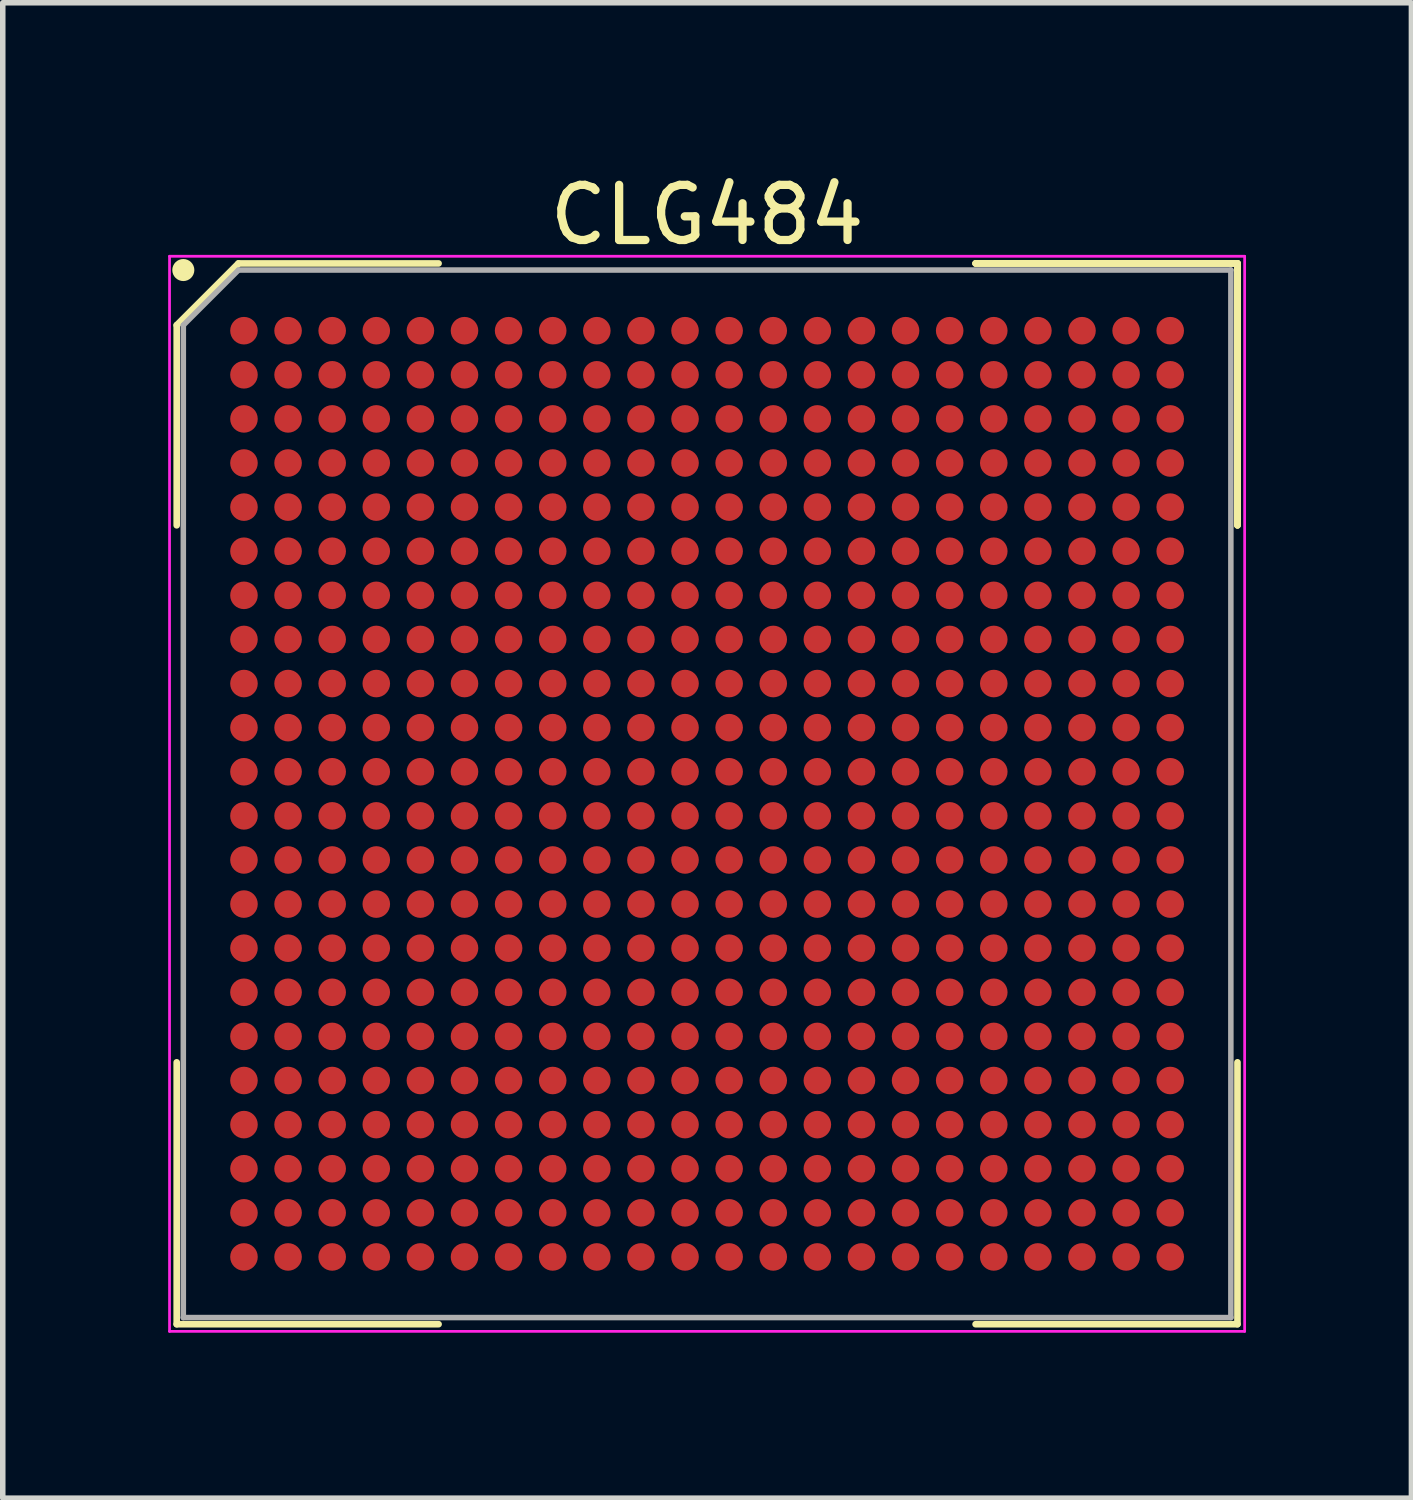
<source format=kicad_pcb>
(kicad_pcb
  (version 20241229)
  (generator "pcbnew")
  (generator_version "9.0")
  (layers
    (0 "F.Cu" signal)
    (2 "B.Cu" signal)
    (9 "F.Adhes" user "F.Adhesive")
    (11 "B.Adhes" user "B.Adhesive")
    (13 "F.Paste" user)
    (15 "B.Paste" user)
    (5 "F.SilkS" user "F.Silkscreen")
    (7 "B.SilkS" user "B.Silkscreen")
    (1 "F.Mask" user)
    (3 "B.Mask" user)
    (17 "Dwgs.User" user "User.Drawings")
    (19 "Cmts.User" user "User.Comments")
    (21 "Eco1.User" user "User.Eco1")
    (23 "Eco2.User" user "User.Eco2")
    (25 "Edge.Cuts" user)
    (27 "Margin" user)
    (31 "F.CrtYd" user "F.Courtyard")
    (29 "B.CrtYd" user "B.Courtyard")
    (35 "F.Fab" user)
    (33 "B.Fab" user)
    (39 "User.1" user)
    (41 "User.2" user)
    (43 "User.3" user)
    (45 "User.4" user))
  (footprint "CLG484"
    (layer "F.Cu")
    (at 9.775 11.348)
    (property "Reference" "CLG484" (at 0 -10.5 0) (layer "F.SilkS") (effects (font (size 1 1) (thickness 0.15))))
    (attr smd)
    (fp_line (start -9.62 -8.5) (end -9.62 -4.87) (stroke (width 0.12) (type solid)) (layer "F.SilkS"))
    (fp_line (start -9.62 9.62) (end -9.62 4.87) (stroke (width 0.12) (type solid)) (layer "F.SilkS"))
    (fp_line (start -8.5 -9.62) (end -9.62 -8.5) (stroke (width 0.12) (type solid)) (layer "F.SilkS"))
    (fp_line (start -4.87 -9.62) (end -8.5 -9.62) (stroke (width 0.12) (type solid)) (layer "F.SilkS"))
    (fp_line (start -4.87 9.62) (end -9.62 9.62) (stroke (width 0.12) (type solid)) (layer "F.SilkS"))
    (fp_line (start 4.87 -9.62) (end 9.62 -9.62) (stroke (width 0.12) (type solid)) (layer "F.SilkS"))
    (fp_line (start 4.87 -9.62) (end 9.62 -9.62) (stroke (width 0.12) (type solid)) (layer "F.SilkS"))
    (fp_line (start 4.87 -9.62) (end 9.62 -9.62) (stroke (width 0.12) (type solid)) (layer "F.SilkS"))
    (fp_line (start 4.87 9.62) (end 9.62 9.62) (stroke (width 0.12) (type solid)) (layer "F.SilkS"))
    (fp_line (start 9.62 -9.62) (end 9.62 -4.87) (stroke (width 0.12) (type solid)) (layer "F.SilkS"))
    (fp_line (start 9.62 -9.62) (end 9.62 -4.87) (stroke (width 0.12) (type solid)) (layer "F.SilkS"))
    (fp_line (start 9.62 -9.62) (end 9.62 -4.87) (stroke (width 0.12) (type solid)) (layer "F.SilkS"))
    (fp_line (start 9.62 9.62) (end 9.62 4.87) (stroke (width 0.12) (type solid)) (layer "F.SilkS"))
    (fp_circle (center -9.5 -9.5) (end -9.5 -9.4) (stroke (width 0.2) (type solid)) (fill no) (layer "F.SilkS"))
    (fp_line (start -9.75 -9.75) (end 9.75 -9.75) (stroke (width 0.05) (type solid)) (layer "F.CrtYd"))
    (fp_line (start -9.75 9.75) (end -9.75 -9.75) (stroke (width 0.05) (type solid)) (layer "F.CrtYd"))
    (fp_line (start 9.75 -9.75) (end 9.75 9.75) (stroke (width 0.05) (type solid)) (layer "F.CrtYd"))
    (fp_line (start 9.75 9.75) (end -9.75 9.75) (stroke (width 0.05) (type solid)) (layer "F.CrtYd"))
    (fp_line (start -9.5 -8.5) (end -9.5 9.5) (stroke (width 0.1) (type solid)) (layer "F.Fab"))
    (fp_line (start -9.5 9.5) (end 9.5 9.5) (stroke (width 0.1) (type solid)) (layer "F.Fab"))
    (fp_line (start -8.5 -9.5) (end -9.5 -8.5) (stroke (width 0.1) (type solid)) (layer "F.Fab"))
    (fp_line (start 9.5 -9.5) (end -8.5 -9.5) (stroke (width 0.1) (type solid)) (layer "F.Fab"))
    (fp_line (start 9.5 9.5) (end 9.5 -9.5) (stroke (width 0.1) (type solid)) (layer "F.Fab"))
    (pad "A1" smd circle (at -8.4 -8.4) (size 0.5 0.5) (layers "F.Cu" "F.Mask" "F.Paste"))
    (pad "A2" smd circle (at -7.6 -8.4) (size 0.5 0.5) (layers "F.Cu" "F.Mask" "F.Paste"))
    (pad "A3" smd circle (at -6.8 -8.4) (size 0.5 0.5) (layers "F.Cu" "F.Mask" "F.Paste"))
    (pad "A4" smd circle (at -6 -8.4) (size 0.5 0.5) (layers "F.Cu" "F.Mask" "F.Paste"))
    (pad "A5" smd circle (at -5.2 -8.4) (size 0.5 0.5) (layers "F.Cu" "F.Mask" "F.Paste"))
    (pad "A6" smd circle (at -4.4 -8.4) (size 0.5 0.5) (layers "F.Cu" "F.Mask" "F.Paste"))
    (pad "A7" smd circle (at -3.6 -8.4) (size 0.5 0.5) (layers "F.Cu" "F.Mask" "F.Paste"))
    (pad "A8" smd circle (at -2.8 -8.4) (size 0.5 0.5) (layers "F.Cu" "F.Mask" "F.Paste"))
    (pad "A9" smd circle (at -2 -8.4) (size 0.5 0.5) (layers "F.Cu" "F.Mask" "F.Paste"))
    (pad "A10" smd circle (at -1.2 -8.4) (size 0.5 0.5) (layers "F.Cu" "F.Mask" "F.Paste"))
    (pad "A11" smd circle (at -0.4 -8.4) (size 0.5 0.5) (layers "F.Cu" "F.Mask" "F.Paste"))
    (pad "A12" smd circle (at 0.4 -8.4) (size 0.5 0.5) (layers "F.Cu" "F.Mask" "F.Paste"))
    (pad "A13" smd circle (at 1.2 -8.4) (size 0.5 0.5) (layers "F.Cu" "F.Mask" "F.Paste"))
    (pad "A14" smd circle (at 2 -8.4) (size 0.5 0.5) (layers "F.Cu" "F.Mask" "F.Paste"))
    (pad "A15" smd circle (at 2.8 -8.4) (size 0.5 0.5) (layers "F.Cu" "F.Mask" "F.Paste"))
    (pad "A16" smd circle (at 3.6 -8.4) (size 0.5 0.5) (layers "F.Cu" "F.Mask" "F.Paste"))
    (pad "A17" smd circle (at 4.4 -8.4) (size 0.5 0.5) (layers "F.Cu" "F.Mask" "F.Paste"))
    (pad "A18" smd circle (at 5.2 -8.4) (size 0.5 0.5) (layers "F.Cu" "F.Mask" "F.Paste"))
    (pad "A19" smd circle (at 6 -8.4) (size 0.5 0.5) (layers "F.Cu" "F.Mask" "F.Paste"))
    (pad "A20" smd circle (at 6.8 -8.4) (size 0.5 0.5) (layers "F.Cu" "F.Mask" "F.Paste"))
    (pad "A21" smd circle (at 7.6 -8.4) (size 0.5 0.5) (layers "F.Cu" "F.Mask" "F.Paste"))
    (pad "A22" smd circle (at 8.4 -8.4) (size 0.5 0.5) (layers "F.Cu" "F.Mask" "F.Paste"))
    (pad "AA1" smd circle (at -8.4 7.6) (size 0.5 0.5) (layers "F.Cu" "F.Mask" "F.Paste"))
    (pad "AA2" smd circle (at -7.6 7.6) (size 0.5 0.5) (layers "F.Cu" "F.Mask" "F.Paste"))
    (pad "AA3" smd circle (at -6.8 7.6) (size 0.5 0.5) (layers "F.Cu" "F.Mask" "F.Paste"))
    (pad "AA4" smd circle (at -6 7.6) (size 0.5 0.5) (layers "F.Cu" "F.Mask" "F.Paste"))
    (pad "AA5" smd circle (at -5.2 7.6) (size 0.5 0.5) (layers "F.Cu" "F.Mask" "F.Paste"))
    (pad "AA6" smd circle (at -4.4 7.6) (size 0.5 0.5) (layers "F.Cu" "F.Mask" "F.Paste"))
    (pad "AA7" smd circle (at -3.6 7.6) (size 0.5 0.5) (layers "F.Cu" "F.Mask" "F.Paste"))
    (pad "AA8" smd circle (at -2.8 7.6) (size 0.5 0.5) (layers "F.Cu" "F.Mask" "F.Paste"))
    (pad "AA9" smd circle (at -2 7.6) (size 0.5 0.5) (layers "F.Cu" "F.Mask" "F.Paste"))
    (pad "AA10" smd circle (at -1.2 7.6) (size 0.5 0.5) (layers "F.Cu" "F.Mask" "F.Paste"))
    (pad "AA11" smd circle (at -0.4 7.6) (size 0.5 0.5) (layers "F.Cu" "F.Mask" "F.Paste"))
    (pad "AA12" smd circle (at 0.4 7.6) (size 0.5 0.5) (layers "F.Cu" "F.Mask" "F.Paste"))
    (pad "AA13" smd circle (at 1.2 7.6) (size 0.5 0.5) (layers "F.Cu" "F.Mask" "F.Paste"))
    (pad "AA14" smd circle (at 2 7.6) (size 0.5 0.5) (layers "F.Cu" "F.Mask" "F.Paste"))
    (pad "AA15" smd circle (at 2.8 7.6) (size 0.5 0.5) (layers "F.Cu" "F.Mask" "F.Paste"))
    (pad "AA16" smd circle (at 3.6 7.6) (size 0.5 0.5) (layers "F.Cu" "F.Mask" "F.Paste"))
    (pad "AA17" smd circle (at 4.4 7.6) (size 0.5 0.5) (layers "F.Cu" "F.Mask" "F.Paste"))
    (pad "AA18" smd circle (at 5.2 7.6) (size 0.5 0.5) (layers "F.Cu" "F.Mask" "F.Paste"))
    (pad "AA19" smd circle (at 6 7.6) (size 0.5 0.5) (layers "F.Cu" "F.Mask" "F.Paste"))
    (pad "AA20" smd circle (at 6.8 7.6) (size 0.5 0.5) (layers "F.Cu" "F.Mask" "F.Paste"))
    (pad "AA21" smd circle (at 7.6 7.6) (size 0.5 0.5) (layers "F.Cu" "F.Mask" "F.Paste"))
    (pad "AA22" smd circle (at 8.4 7.6) (size 0.5 0.5) (layers "F.Cu" "F.Mask" "F.Paste"))
    (pad "AB1" smd circle (at -8.4 8.4) (size 0.5 0.5) (layers "F.Cu" "F.Mask" "F.Paste"))
    (pad "AB2" smd circle (at -7.6 8.4) (size 0.5 0.5) (layers "F.Cu" "F.Mask" "F.Paste"))
    (pad "AB3" smd circle (at -6.8 8.4) (size 0.5 0.5) (layers "F.Cu" "F.Mask" "F.Paste"))
    (pad "AB4" smd circle (at -6 8.4) (size 0.5 0.5) (layers "F.Cu" "F.Mask" "F.Paste"))
    (pad "AB5" smd circle (at -5.2 8.4) (size 0.5 0.5) (layers "F.Cu" "F.Mask" "F.Paste"))
    (pad "AB6" smd circle (at -4.4 8.4) (size 0.5 0.5) (layers "F.Cu" "F.Mask" "F.Paste"))
    (pad "AB7" smd circle (at -3.6 8.4) (size 0.5 0.5) (layers "F.Cu" "F.Mask" "F.Paste"))
    (pad "AB8" smd circle (at -2.8 8.4) (size 0.5 0.5) (layers "F.Cu" "F.Mask" "F.Paste"))
    (pad "AB9" smd circle (at -2 8.4) (size 0.5 0.5) (layers "F.Cu" "F.Mask" "F.Paste"))
    (pad "AB10" smd circle (at -1.2 8.4) (size 0.5 0.5) (layers "F.Cu" "F.Mask" "F.Paste"))
    (pad "AB11" smd circle (at -0.4 8.4) (size 0.5 0.5) (layers "F.Cu" "F.Mask" "F.Paste"))
    (pad "AB12" smd circle (at 0.4 8.4) (size 0.5 0.5) (layers "F.Cu" "F.Mask" "F.Paste"))
    (pad "AB13" smd circle (at 1.2 8.4) (size 0.5 0.5) (layers "F.Cu" "F.Mask" "F.Paste"))
    (pad "AB14" smd circle (at 2 8.4) (size 0.5 0.5) (layers "F.Cu" "F.Mask" "F.Paste"))
    (pad "AB15" smd circle (at 2.8 8.4) (size 0.5 0.5) (layers "F.Cu" "F.Mask" "F.Paste"))
    (pad "AB16" smd circle (at 3.6 8.4) (size 0.5 0.5) (layers "F.Cu" "F.Mask" "F.Paste"))
    (pad "AB17" smd circle (at 4.4 8.4) (size 0.5 0.5) (layers "F.Cu" "F.Mask" "F.Paste"))
    (pad "AB18" smd circle (at 5.2 8.4) (size 0.5 0.5) (layers "F.Cu" "F.Mask" "F.Paste"))
    (pad "AB19" smd circle (at 6 8.4) (size 0.5 0.5) (layers "F.Cu" "F.Mask" "F.Paste"))
    (pad "AB20" smd circle (at 6.8 8.4) (size 0.5 0.5) (layers "F.Cu" "F.Mask" "F.Paste"))
    (pad "AB21" smd circle (at 7.6 8.4) (size 0.5 0.5) (layers "F.Cu" "F.Mask" "F.Paste"))
    (pad "AB22" smd circle (at 8.4 8.4) (size 0.5 0.5) (layers "F.Cu" "F.Mask" "F.Paste"))
    (pad "B1" smd circle (at -8.4 -7.6) (size 0.5 0.5) (layers "F.Cu" "F.Mask" "F.Paste"))
    (pad "B2" smd circle (at -7.6 -7.6) (size 0.5 0.5) (layers "F.Cu" "F.Mask" "F.Paste"))
    (pad "B3" smd circle (at -6.8 -7.6) (size 0.5 0.5) (layers "F.Cu" "F.Mask" "F.Paste"))
    (pad "B4" smd circle (at -6 -7.6) (size 0.5 0.5) (layers "F.Cu" "F.Mask" "F.Paste"))
    (pad "B5" smd circle (at -5.2 -7.6) (size 0.5 0.5) (layers "F.Cu" "F.Mask" "F.Paste"))
    (pad "B6" smd circle (at -4.4 -7.6) (size 0.5 0.5) (layers "F.Cu" "F.Mask" "F.Paste"))
    (pad "B7" smd circle (at -3.6 -7.6) (size 0.5 0.5) (layers "F.Cu" "F.Mask" "F.Paste"))
    (pad "B8" smd circle (at -2.8 -7.6) (size 0.5 0.5) (layers "F.Cu" "F.Mask" "F.Paste"))
    (pad "B9" smd circle (at -2 -7.6) (size 0.5 0.5) (layers "F.Cu" "F.Mask" "F.Paste"))
    (pad "B10" smd circle (at -1.2 -7.6) (size 0.5 0.5) (layers "F.Cu" "F.Mask" "F.Paste"))
    (pad "B11" smd circle (at -0.4 -7.6) (size 0.5 0.5) (layers "F.Cu" "F.Mask" "F.Paste"))
    (pad "B12" smd circle (at 0.4 -7.6) (size 0.5 0.5) (layers "F.Cu" "F.Mask" "F.Paste"))
    (pad "B13" smd circle (at 1.2 -7.6) (size 0.5 0.5) (layers "F.Cu" "F.Mask" "F.Paste"))
    (pad "B14" smd circle (at 2 -7.6) (size 0.5 0.5) (layers "F.Cu" "F.Mask" "F.Paste"))
    (pad "B15" smd circle (at 2.8 -7.6) (size 0.5 0.5) (layers "F.Cu" "F.Mask" "F.Paste"))
    (pad "B16" smd circle (at 3.6 -7.6) (size 0.5 0.5) (layers "F.Cu" "F.Mask" "F.Paste"))
    (pad "B17" smd circle (at 4.4 -7.6) (size 0.5 0.5) (layers "F.Cu" "F.Mask" "F.Paste"))
    (pad "B18" smd circle (at 5.2 -7.6) (size 0.5 0.5) (layers "F.Cu" "F.Mask" "F.Paste"))
    (pad "B19" smd circle (at 6 -7.6) (size 0.5 0.5) (layers "F.Cu" "F.Mask" "F.Paste"))
    (pad "B20" smd circle (at 6.8 -7.6) (size 0.5 0.5) (layers "F.Cu" "F.Mask" "F.Paste"))
    (pad "B21" smd circle (at 7.6 -7.6) (size 0.5 0.5) (layers "F.Cu" "F.Mask" "F.Paste"))
    (pad "B22" smd circle (at 8.4 -7.6) (size 0.5 0.5) (layers "F.Cu" "F.Mask" "F.Paste"))
    (pad "C1" smd circle (at -8.4 -6.8) (size 0.5 0.5) (layers "F.Cu" "F.Mask" "F.Paste"))
    (pad "C2" smd circle (at -7.6 -6.8) (size 0.5 0.5) (layers "F.Cu" "F.Mask" "F.Paste"))
    (pad "C3" smd circle (at -6.8 -6.8) (size 0.5 0.5) (layers "F.Cu" "F.Mask" "F.Paste"))
    (pad "C4" smd circle (at -6 -6.8) (size 0.5 0.5) (layers "F.Cu" "F.Mask" "F.Paste"))
    (pad "C5" smd circle (at -5.2 -6.8) (size 0.5 0.5) (layers "F.Cu" "F.Mask" "F.Paste"))
    (pad "C6" smd circle (at -4.4 -6.8) (size 0.5 0.5) (layers "F.Cu" "F.Mask" "F.Paste"))
    (pad "C7" smd circle (at -3.6 -6.8) (size 0.5 0.5) (layers "F.Cu" "F.Mask" "F.Paste"))
    (pad "C8" smd circle (at -2.8 -6.8) (size 0.5 0.5) (layers "F.Cu" "F.Mask" "F.Paste"))
    (pad "C9" smd circle (at -2 -6.8) (size 0.5 0.5) (layers "F.Cu" "F.Mask" "F.Paste"))
    (pad "C10" smd circle (at -1.2 -6.8) (size 0.5 0.5) (layers "F.Cu" "F.Mask" "F.Paste"))
    (pad "C11" smd circle (at -0.4 -6.8) (size 0.5 0.5) (layers "F.Cu" "F.Mask" "F.Paste"))
    (pad "C12" smd circle (at 0.4 -6.8) (size 0.5 0.5) (layers "F.Cu" "F.Mask" "F.Paste"))
    (pad "C13" smd circle (at 1.2 -6.8) (size 0.5 0.5) (layers "F.Cu" "F.Mask" "F.Paste"))
    (pad "C14" smd circle (at 2 -6.8) (size 0.5 0.5) (layers "F.Cu" "F.Mask" "F.Paste"))
    (pad "C15" smd circle (at 2.8 -6.8) (size 0.5 0.5) (layers "F.Cu" "F.Mask" "F.Paste"))
    (pad "C16" smd circle (at 3.6 -6.8) (size 0.5 0.5) (layers "F.Cu" "F.Mask" "F.Paste"))
    (pad "C17" smd circle (at 4.4 -6.8) (size 0.5 0.5) (layers "F.Cu" "F.Mask" "F.Paste"))
    (pad "C18" smd circle (at 5.2 -6.8) (size 0.5 0.5) (layers "F.Cu" "F.Mask" "F.Paste"))
    (pad "C19" smd circle (at 6 -6.8) (size 0.5 0.5) (layers "F.Cu" "F.Mask" "F.Paste"))
    (pad "C20" smd circle (at 6.8 -6.8) (size 0.5 0.5) (layers "F.Cu" "F.Mask" "F.Paste"))
    (pad "C21" smd circle (at 7.6 -6.8) (size 0.5 0.5) (layers "F.Cu" "F.Mask" "F.Paste"))
    (pad "C22" smd circle (at 8.4 -6.8) (size 0.5 0.5) (layers "F.Cu" "F.Mask" "F.Paste"))
    (pad "D1" smd circle (at -8.4 -6) (size 0.5 0.5) (layers "F.Cu" "F.Mask" "F.Paste"))
    (pad "D2" smd circle (at -7.6 -6) (size 0.5 0.5) (layers "F.Cu" "F.Mask" "F.Paste"))
    (pad "D3" smd circle (at -6.8 -6) (size 0.5 0.5) (layers "F.Cu" "F.Mask" "F.Paste"))
    (pad "D4" smd circle (at -6 -6) (size 0.5 0.5) (layers "F.Cu" "F.Mask" "F.Paste"))
    (pad "D5" smd circle (at -5.2 -6) (size 0.5 0.5) (layers "F.Cu" "F.Mask" "F.Paste"))
    (pad "D6" smd circle (at -4.4 -6) (size 0.5 0.5) (layers "F.Cu" "F.Mask" "F.Paste"))
    (pad "D7" smd circle (at -3.6 -6) (size 0.5 0.5) (layers "F.Cu" "F.Mask" "F.Paste"))
    (pad "D8" smd circle (at -2.8 -6) (size 0.5 0.5) (layers "F.Cu" "F.Mask" "F.Paste"))
    (pad "D9" smd circle (at -2 -6) (size 0.5 0.5) (layers "F.Cu" "F.Mask" "F.Paste"))
    (pad "D10" smd circle (at -1.2 -6) (size 0.5 0.5) (layers "F.Cu" "F.Mask" "F.Paste"))
    (pad "D11" smd circle (at -0.4 -6) (size 0.5 0.5) (layers "F.Cu" "F.Mask" "F.Paste"))
    (pad "D12" smd circle (at 0.4 -6) (size 0.5 0.5) (layers "F.Cu" "F.Mask" "F.Paste"))
    (pad "D13" smd circle (at 1.2 -6) (size 0.5 0.5) (layers "F.Cu" "F.Mask" "F.Paste"))
    (pad "D14" smd circle (at 2 -6) (size 0.5 0.5) (layers "F.Cu" "F.Mask" "F.Paste"))
    (pad "D15" smd circle (at 2.8 -6) (size 0.5 0.5) (layers "F.Cu" "F.Mask" "F.Paste"))
    (pad "D16" smd circle (at 3.6 -6) (size 0.5 0.5) (layers "F.Cu" "F.Mask" "F.Paste"))
    (pad "D17" smd circle (at 4.4 -6) (size 0.5 0.5) (layers "F.Cu" "F.Mask" "F.Paste"))
    (pad "D18" smd circle (at 5.2 -6) (size 0.5 0.5) (layers "F.Cu" "F.Mask" "F.Paste"))
    (pad "D19" smd circle (at 6 -6) (size 0.5 0.5) (layers "F.Cu" "F.Mask" "F.Paste"))
    (pad "D20" smd circle (at 6.8 -6) (size 0.5 0.5) (layers "F.Cu" "F.Mask" "F.Paste"))
    (pad "D21" smd circle (at 7.6 -6) (size 0.5 0.5) (layers "F.Cu" "F.Mask" "F.Paste"))
    (pad "D22" smd circle (at 8.4 -6) (size 0.5 0.5) (layers "F.Cu" "F.Mask" "F.Paste"))
    (pad "E1" smd circle (at -8.4 -5.2) (size 0.5 0.5) (layers "F.Cu" "F.Mask" "F.Paste"))
    (pad "E2" smd circle (at -7.6 -5.2) (size 0.5 0.5) (layers "F.Cu" "F.Mask" "F.Paste"))
    (pad "E3" smd circle (at -6.8 -5.2) (size 0.5 0.5) (layers "F.Cu" "F.Mask" "F.Paste"))
    (pad "E4" smd circle (at -6 -5.2) (size 0.5 0.5) (layers "F.Cu" "F.Mask" "F.Paste"))
    (pad "E5" smd circle (at -5.2 -5.2) (size 0.5 0.5) (layers "F.Cu" "F.Mask" "F.Paste"))
    (pad "E6" smd circle (at -4.4 -5.2) (size 0.5 0.5) (layers "F.Cu" "F.Mask" "F.Paste"))
    (pad "E7" smd circle (at -3.6 -5.2) (size 0.5 0.5) (layers "F.Cu" "F.Mask" "F.Paste"))
    (pad "E8" smd circle (at -2.8 -5.2) (size 0.5 0.5) (layers "F.Cu" "F.Mask" "F.Paste"))
    (pad "E9" smd circle (at -2 -5.2) (size 0.5 0.5) (layers "F.Cu" "F.Mask" "F.Paste"))
    (pad "E10" smd circle (at -1.2 -5.2) (size 0.5 0.5) (layers "F.Cu" "F.Mask" "F.Paste"))
    (pad "E11" smd circle (at -0.4 -5.2) (size 0.5 0.5) (layers "F.Cu" "F.Mask" "F.Paste"))
    (pad "E12" smd circle (at 0.4 -5.2) (size 0.5 0.5) (layers "F.Cu" "F.Mask" "F.Paste"))
    (pad "E13" smd circle (at 1.2 -5.2) (size 0.5 0.5) (layers "F.Cu" "F.Mask" "F.Paste"))
    (pad "E14" smd circle (at 2 -5.2) (size 0.5 0.5) (layers "F.Cu" "F.Mask" "F.Paste"))
    (pad "E15" smd circle (at 2.8 -5.2) (size 0.5 0.5) (layers "F.Cu" "F.Mask" "F.Paste"))
    (pad "E16" smd circle (at 3.6 -5.2) (size 0.5 0.5) (layers "F.Cu" "F.Mask" "F.Paste"))
    (pad "E17" smd circle (at 4.4 -5.2) (size 0.5 0.5) (layers "F.Cu" "F.Mask" "F.Paste"))
    (pad "E18" smd circle (at 5.2 -5.2) (size 0.5 0.5) (layers "F.Cu" "F.Mask" "F.Paste"))
    (pad "E19" smd circle (at 6 -5.2) (size 0.5 0.5) (layers "F.Cu" "F.Mask" "F.Paste"))
    (pad "E20" smd circle (at 6.8 -5.2) (size 0.5 0.5) (layers "F.Cu" "F.Mask" "F.Paste"))
    (pad "E21" smd circle (at 7.6 -5.2) (size 0.5 0.5) (layers "F.Cu" "F.Mask" "F.Paste"))
    (pad "E22" smd circle (at 8.4 -5.2) (size 0.5 0.5) (layers "F.Cu" "F.Mask" "F.Paste"))
    (pad "F1" smd circle (at -8.4 -4.4) (size 0.5 0.5) (layers "F.Cu" "F.Mask" "F.Paste"))
    (pad "F2" smd circle (at -7.6 -4.4) (size 0.5 0.5) (layers "F.Cu" "F.Mask" "F.Paste"))
    (pad "F3" smd circle (at -6.8 -4.4) (size 0.5 0.5) (layers "F.Cu" "F.Mask" "F.Paste"))
    (pad "F4" smd circle (at -6 -4.4) (size 0.5 0.5) (layers "F.Cu" "F.Mask" "F.Paste"))
    (pad "F5" smd circle (at -5.2 -4.4) (size 0.5 0.5) (layers "F.Cu" "F.Mask" "F.Paste"))
    (pad "F6" smd circle (at -4.4 -4.4) (size 0.5 0.5) (layers "F.Cu" "F.Mask" "F.Paste"))
    (pad "F7" smd circle (at -3.6 -4.4) (size 0.5 0.5) (layers "F.Cu" "F.Mask" "F.Paste"))
    (pad "F8" smd circle (at -2.8 -4.4) (size 0.5 0.5) (layers "F.Cu" "F.Mask" "F.Paste"))
    (pad "F9" smd circle (at -2 -4.4) (size 0.5 0.5) (layers "F.Cu" "F.Mask" "F.Paste"))
    (pad "F10" smd circle (at -1.2 -4.4) (size 0.5 0.5) (layers "F.Cu" "F.Mask" "F.Paste"))
    (pad "F11" smd circle (at -0.4 -4.4) (size 0.5 0.5) (layers "F.Cu" "F.Mask" "F.Paste"))
    (pad "F12" smd circle (at 0.4 -4.4) (size 0.5 0.5) (layers "F.Cu" "F.Mask" "F.Paste"))
    (pad "F13" smd circle (at 1.2 -4.4) (size 0.5 0.5) (layers "F.Cu" "F.Mask" "F.Paste"))
    (pad "F14" smd circle (at 2 -4.4) (size 0.5 0.5) (layers "F.Cu" "F.Mask" "F.Paste"))
    (pad "F15" smd circle (at 2.8 -4.4) (size 0.5 0.5) (layers "F.Cu" "F.Mask" "F.Paste"))
    (pad "F16" smd circle (at 3.6 -4.4) (size 0.5 0.5) (layers "F.Cu" "F.Mask" "F.Paste"))
    (pad "F17" smd circle (at 4.4 -4.4) (size 0.5 0.5) (layers "F.Cu" "F.Mask" "F.Paste"))
    (pad "F18" smd circle (at 5.2 -4.4) (size 0.5 0.5) (layers "F.Cu" "F.Mask" "F.Paste"))
    (pad "F19" smd circle (at 6 -4.4) (size 0.5 0.5) (layers "F.Cu" "F.Mask" "F.Paste"))
    (pad "F20" smd circle (at 6.8 -4.4) (size 0.5 0.5) (layers "F.Cu" "F.Mask" "F.Paste"))
    (pad "F21" smd circle (at 7.6 -4.4) (size 0.5 0.5) (layers "F.Cu" "F.Mask" "F.Paste"))
    (pad "F22" smd circle (at 8.4 -4.4) (size 0.5 0.5) (layers "F.Cu" "F.Mask" "F.Paste"))
    (pad "G1" smd circle (at -8.4 -3.6) (size 0.5 0.5) (layers "F.Cu" "F.Mask" "F.Paste"))
    (pad "G2" smd circle (at -7.6 -3.6) (size 0.5 0.5) (layers "F.Cu" "F.Mask" "F.Paste"))
    (pad "G3" smd circle (at -6.8 -3.6) (size 0.5 0.5) (layers "F.Cu" "F.Mask" "F.Paste"))
    (pad "G4" smd circle (at -6 -3.6) (size 0.5 0.5) (layers "F.Cu" "F.Mask" "F.Paste"))
    (pad "G5" smd circle (at -5.2 -3.6) (size 0.5 0.5) (layers "F.Cu" "F.Mask" "F.Paste"))
    (pad "G6" smd circle (at -4.4 -3.6) (size 0.5 0.5) (layers "F.Cu" "F.Mask" "F.Paste"))
    (pad "G7" smd circle (at -3.6 -3.6) (size 0.5 0.5) (layers "F.Cu" "F.Mask" "F.Paste"))
    (pad "G8" smd circle (at -2.8 -3.6) (size 0.5 0.5) (layers "F.Cu" "F.Mask" "F.Paste"))
    (pad "G9" smd circle (at -2 -3.6) (size 0.5 0.5) (layers "F.Cu" "F.Mask" "F.Paste"))
    (pad "G10" smd circle (at -1.2 -3.6) (size 0.5 0.5) (layers "F.Cu" "F.Mask" "F.Paste"))
    (pad "G11" smd circle (at -0.4 -3.6) (size 0.5 0.5) (layers "F.Cu" "F.Mask" "F.Paste"))
    (pad "G12" smd circle (at 0.4 -3.6) (size 0.5 0.5) (layers "F.Cu" "F.Mask" "F.Paste"))
    (pad "G13" smd circle (at 1.2 -3.6) (size 0.5 0.5) (layers "F.Cu" "F.Mask" "F.Paste"))
    (pad "G14" smd circle (at 2 -3.6) (size 0.5 0.5) (layers "F.Cu" "F.Mask" "F.Paste"))
    (pad "G15" smd circle (at 2.8 -3.6) (size 0.5 0.5) (layers "F.Cu" "F.Mask" "F.Paste"))
    (pad "G16" smd circle (at 3.6 -3.6) (size 0.5 0.5) (layers "F.Cu" "F.Mask" "F.Paste"))
    (pad "G17" smd circle (at 4.4 -3.6) (size 0.5 0.5) (layers "F.Cu" "F.Mask" "F.Paste"))
    (pad "G18" smd circle (at 5.2 -3.6) (size 0.5 0.5) (layers "F.Cu" "F.Mask" "F.Paste"))
    (pad "G19" smd circle (at 6 -3.6) (size 0.5 0.5) (layers "F.Cu" "F.Mask" "F.Paste"))
    (pad "G20" smd circle (at 6.8 -3.6) (size 0.5 0.5) (layers "F.Cu" "F.Mask" "F.Paste"))
    (pad "G21" smd circle (at 7.6 -3.6) (size 0.5 0.5) (layers "F.Cu" "F.Mask" "F.Paste"))
    (pad "G22" smd circle (at 8.4 -3.6) (size 0.5 0.5) (layers "F.Cu" "F.Mask" "F.Paste"))
    (pad "H1" smd circle (at -8.4 -2.8) (size 0.5 0.5) (layers "F.Cu" "F.Mask" "F.Paste"))
    (pad "H2" smd circle (at -7.6 -2.8) (size 0.5 0.5) (layers "F.Cu" "F.Mask" "F.Paste"))
    (pad "H3" smd circle (at -6.8 -2.8) (size 0.5 0.5) (layers "F.Cu" "F.Mask" "F.Paste"))
    (pad "H4" smd circle (at -6 -2.8) (size 0.5 0.5) (layers "F.Cu" "F.Mask" "F.Paste"))
    (pad "H5" smd circle (at -5.2 -2.8) (size 0.5 0.5) (layers "F.Cu" "F.Mask" "F.Paste"))
    (pad "H6" smd circle (at -4.4 -2.8) (size 0.5 0.5) (layers "F.Cu" "F.Mask" "F.Paste"))
    (pad "H7" smd circle (at -3.6 -2.8) (size 0.5 0.5) (layers "F.Cu" "F.Mask" "F.Paste"))
    (pad "H8" smd circle (at -2.8 -2.8) (size 0.5 0.5) (layers "F.Cu" "F.Mask" "F.Paste"))
    (pad "H9" smd circle (at -2 -2.8) (size 0.5 0.5) (layers "F.Cu" "F.Mask" "F.Paste"))
    (pad "H10" smd circle (at -1.2 -2.8) (size 0.5 0.5) (layers "F.Cu" "F.Mask" "F.Paste"))
    (pad "H11" smd circle (at -0.4 -2.8) (size 0.5 0.5) (layers "F.Cu" "F.Mask" "F.Paste"))
    (pad "H12" smd circle (at 0.4 -2.8) (size 0.5 0.5) (layers "F.Cu" "F.Mask" "F.Paste"))
    (pad "H13" smd circle (at 1.2 -2.8) (size 0.5 0.5) (layers "F.Cu" "F.Mask" "F.Paste"))
    (pad "H14" smd circle (at 2 -2.8) (size 0.5 0.5) (layers "F.Cu" "F.Mask" "F.Paste"))
    (pad "H15" smd circle (at 2.8 -2.8) (size 0.5 0.5) (layers "F.Cu" "F.Mask" "F.Paste"))
    (pad "H16" smd circle (at 3.6 -2.8) (size 0.5 0.5) (layers "F.Cu" "F.Mask" "F.Paste"))
    (pad "H17" smd circle (at 4.4 -2.8) (size 0.5 0.5) (layers "F.Cu" "F.Mask" "F.Paste"))
    (pad "H18" smd circle (at 5.2 -2.8) (size 0.5 0.5) (layers "F.Cu" "F.Mask" "F.Paste"))
    (pad "H19" smd circle (at 6 -2.8) (size 0.5 0.5) (layers "F.Cu" "F.Mask" "F.Paste"))
    (pad "H20" smd circle (at 6.8 -2.8) (size 0.5 0.5) (layers "F.Cu" "F.Mask" "F.Paste"))
    (pad "H21" smd circle (at 7.6 -2.8) (size 0.5 0.5) (layers "F.Cu" "F.Mask" "F.Paste"))
    (pad "H22" smd circle (at 8.4 -2.8) (size 0.5 0.5) (layers "F.Cu" "F.Mask" "F.Paste"))
    (pad "J1" smd circle (at -8.4 -2) (size 0.5 0.5) (layers "F.Cu" "F.Mask" "F.Paste"))
    (pad "J2" smd circle (at -7.6 -2) (size 0.5 0.5) (layers "F.Cu" "F.Mask" "F.Paste"))
    (pad "J3" smd circle (at -6.8 -2) (size 0.5 0.5) (layers "F.Cu" "F.Mask" "F.Paste"))
    (pad "J4" smd circle (at -6 -2) (size 0.5 0.5) (layers "F.Cu" "F.Mask" "F.Paste"))
    (pad "J5" smd circle (at -5.2 -2) (size 0.5 0.5) (layers "F.Cu" "F.Mask" "F.Paste"))
    (pad "J6" smd circle (at -4.4 -2) (size 0.5 0.5) (layers "F.Cu" "F.Mask" "F.Paste"))
    (pad "J7" smd circle (at -3.6 -2) (size 0.5 0.5) (layers "F.Cu" "F.Mask" "F.Paste"))
    (pad "J8" smd circle (at -2.8 -2) (size 0.5 0.5) (layers "F.Cu" "F.Mask" "F.Paste"))
    (pad "J9" smd circle (at -2 -2) (size 0.5 0.5) (layers "F.Cu" "F.Mask" "F.Paste"))
    (pad "J10" smd circle (at -1.2 -2) (size 0.5 0.5) (layers "F.Cu" "F.Mask" "F.Paste"))
    (pad "J11" smd circle (at -0.4 -2) (size 0.5 0.5) (layers "F.Cu" "F.Mask" "F.Paste"))
    (pad "J12" smd circle (at 0.4 -2) (size 0.5 0.5) (layers "F.Cu" "F.Mask" "F.Paste"))
    (pad "J13" smd circle (at 1.2 -2) (size 0.5 0.5) (layers "F.Cu" "F.Mask" "F.Paste"))
    (pad "J14" smd circle (at 2 -2) (size 0.5 0.5) (layers "F.Cu" "F.Mask" "F.Paste"))
    (pad "J15" smd circle (at 2.8 -2) (size 0.5 0.5) (layers "F.Cu" "F.Mask" "F.Paste"))
    (pad "J16" smd circle (at 3.6 -2) (size 0.5 0.5) (layers "F.Cu" "F.Mask" "F.Paste"))
    (pad "J17" smd circle (at 4.4 -2) (size 0.5 0.5) (layers "F.Cu" "F.Mask" "F.Paste"))
    (pad "J18" smd circle (at 5.2 -2) (size 0.5 0.5) (layers "F.Cu" "F.Mask" "F.Paste"))
    (pad "J19" smd circle (at 6 -2) (size 0.5 0.5) (layers "F.Cu" "F.Mask" "F.Paste"))
    (pad "J20" smd circle (at 6.8 -2) (size 0.5 0.5) (layers "F.Cu" "F.Mask" "F.Paste"))
    (pad "J21" smd circle (at 7.6 -2) (size 0.5 0.5) (layers "F.Cu" "F.Mask" "F.Paste"))
    (pad "J22" smd circle (at 8.4 -2) (size 0.5 0.5) (layers "F.Cu" "F.Mask" "F.Paste"))
    (pad "K1" smd circle (at -8.4 -1.2) (size 0.5 0.5) (layers "F.Cu" "F.Mask" "F.Paste"))
    (pad "K2" smd circle (at -7.6 -1.2) (size 0.5 0.5) (layers "F.Cu" "F.Mask" "F.Paste"))
    (pad "K3" smd circle (at -6.8 -1.2) (size 0.5 0.5) (layers "F.Cu" "F.Mask" "F.Paste"))
    (pad "K4" smd circle (at -6 -1.2) (size 0.5 0.5) (layers "F.Cu" "F.Mask" "F.Paste"))
    (pad "K5" smd circle (at -5.2 -1.2) (size 0.5 0.5) (layers "F.Cu" "F.Mask" "F.Paste"))
    (pad "K6" smd circle (at -4.4 -1.2) (size 0.5 0.5) (layers "F.Cu" "F.Mask" "F.Paste"))
    (pad "K7" smd circle (at -3.6 -1.2) (size 0.5 0.5) (layers "F.Cu" "F.Mask" "F.Paste"))
    (pad "K8" smd circle (at -2.8 -1.2) (size 0.5 0.5) (layers "F.Cu" "F.Mask" "F.Paste"))
    (pad "K9" smd circle (at -2 -1.2) (size 0.5 0.5) (layers "F.Cu" "F.Mask" "F.Paste"))
    (pad "K10" smd circle (at -1.2 -1.2) (size 0.5 0.5) (layers "F.Cu" "F.Mask" "F.Paste"))
    (pad "K11" smd circle (at -0.4 -1.2) (size 0.5 0.5) (layers "F.Cu" "F.Mask" "F.Paste"))
    (pad "K12" smd circle (at 0.4 -1.2) (size 0.5 0.5) (layers "F.Cu" "F.Mask" "F.Paste"))
    (pad "K13" smd circle (at 1.2 -1.2) (size 0.5 0.5) (layers "F.Cu" "F.Mask" "F.Paste"))
    (pad "K14" smd circle (at 2 -1.2) (size 0.5 0.5) (layers "F.Cu" "F.Mask" "F.Paste"))
    (pad "K15" smd circle (at 2.8 -1.2) (size 0.5 0.5) (layers "F.Cu" "F.Mask" "F.Paste"))
    (pad "K16" smd circle (at 3.6 -1.2) (size 0.5 0.5) (layers "F.Cu" "F.Mask" "F.Paste"))
    (pad "K17" smd circle (at 4.4 -1.2) (size 0.5 0.5) (layers "F.Cu" "F.Mask" "F.Paste"))
    (pad "K18" smd circle (at 5.2 -1.2) (size 0.5 0.5) (layers "F.Cu" "F.Mask" "F.Paste"))
    (pad "K19" smd circle (at 6 -1.2) (size 0.5 0.5) (layers "F.Cu" "F.Mask" "F.Paste"))
    (pad "K20" smd circle (at 6.8 -1.2) (size 0.5 0.5) (layers "F.Cu" "F.Mask" "F.Paste"))
    (pad "K21" smd circle (at 7.6 -1.2) (size 0.5 0.5) (layers "F.Cu" "F.Mask" "F.Paste"))
    (pad "K22" smd circle (at 8.4 -1.2) (size 0.5 0.5) (layers "F.Cu" "F.Mask" "F.Paste"))
    (pad "L1" smd circle (at -8.4 -0.4) (size 0.5 0.5) (layers "F.Cu" "F.Mask" "F.Paste"))
    (pad "L2" smd circle (at -7.6 -0.4) (size 0.5 0.5) (layers "F.Cu" "F.Mask" "F.Paste"))
    (pad "L3" smd circle (at -6.8 -0.4) (size 0.5 0.5) (layers "F.Cu" "F.Mask" "F.Paste"))
    (pad "L4" smd circle (at -6 -0.4) (size 0.5 0.5) (layers "F.Cu" "F.Mask" "F.Paste"))
    (pad "L5" smd circle (at -5.2 -0.4) (size 0.5 0.5) (layers "F.Cu" "F.Mask" "F.Paste"))
    (pad "L6" smd circle (at -4.4 -0.4) (size 0.5 0.5) (layers "F.Cu" "F.Mask" "F.Paste"))
    (pad "L7" smd circle (at -3.6 -0.4) (size 0.5 0.5) (layers "F.Cu" "F.Mask" "F.Paste"))
    (pad "L8" smd circle (at -2.8 -0.4) (size 0.5 0.5) (layers "F.Cu" "F.Mask" "F.Paste"))
    (pad "L9" smd circle (at -2 -0.4) (size 0.5 0.5) (layers "F.Cu" "F.Mask" "F.Paste"))
    (pad "L10" smd circle (at -1.2 -0.4) (size 0.5 0.5) (layers "F.Cu" "F.Mask" "F.Paste"))
    (pad "L11" smd circle (at -0.4 -0.4) (size 0.5 0.5) (layers "F.Cu" "F.Mask" "F.Paste"))
    (pad "L12" smd circle (at 0.4 -0.4) (size 0.5 0.5) (layers "F.Cu" "F.Mask" "F.Paste"))
    (pad "L13" smd circle (at 1.2 -0.4) (size 0.5 0.5) (layers "F.Cu" "F.Mask" "F.Paste"))
    (pad "L14" smd circle (at 2 -0.4) (size 0.5 0.5) (layers "F.Cu" "F.Mask" "F.Paste"))
    (pad "L15" smd circle (at 2.8 -0.4) (size 0.5 0.5) (layers "F.Cu" "F.Mask" "F.Paste"))
    (pad "L16" smd circle (at 3.6 -0.4) (size 0.5 0.5) (layers "F.Cu" "F.Mask" "F.Paste"))
    (pad "L17" smd circle (at 4.4 -0.4) (size 0.5 0.5) (layers "F.Cu" "F.Mask" "F.Paste"))
    (pad "L18" smd circle (at 5.2 -0.4) (size 0.5 0.5) (layers "F.Cu" "F.Mask" "F.Paste"))
    (pad "L19" smd circle (at 6 -0.4) (size 0.5 0.5) (layers "F.Cu" "F.Mask" "F.Paste"))
    (pad "L20" smd circle (at 6.8 -0.4) (size 0.5 0.5) (layers "F.Cu" "F.Mask" "F.Paste"))
    (pad "L21" smd circle (at 7.6 -0.4) (size 0.5 0.5) (layers "F.Cu" "F.Mask" "F.Paste"))
    (pad "L22" smd circle (at 8.4 -0.4) (size 0.5 0.5) (layers "F.Cu" "F.Mask" "F.Paste"))
    (pad "M1" smd circle (at -8.4 0.4) (size 0.5 0.5) (layers "F.Cu" "F.Mask" "F.Paste"))
    (pad "M2" smd circle (at -7.6 0.4) (size 0.5 0.5) (layers "F.Cu" "F.Mask" "F.Paste"))
    (pad "M3" smd circle (at -6.8 0.4) (size 0.5 0.5) (layers "F.Cu" "F.Mask" "F.Paste"))
    (pad "M4" smd circle (at -6 0.4) (size 0.5 0.5) (layers "F.Cu" "F.Mask" "F.Paste"))
    (pad "M5" smd circle (at -5.2 0.4) (size 0.5 0.5) (layers "F.Cu" "F.Mask" "F.Paste"))
    (pad "M6" smd circle (at -4.4 0.4) (size 0.5 0.5) (layers "F.Cu" "F.Mask" "F.Paste"))
    (pad "M7" smd circle (at -3.6 0.4) (size 0.5 0.5) (layers "F.Cu" "F.Mask" "F.Paste"))
    (pad "M8" smd circle (at -2.8 0.4) (size 0.5 0.5) (layers "F.Cu" "F.Mask" "F.Paste"))
    (pad "M9" smd circle (at -2 0.4) (size 0.5 0.5) (layers "F.Cu" "F.Mask" "F.Paste"))
    (pad "M10" smd circle (at -1.2 0.4) (size 0.5 0.5) (layers "F.Cu" "F.Mask" "F.Paste"))
    (pad "M11" smd circle (at -0.4 0.4) (size 0.5 0.5) (layers "F.Cu" "F.Mask" "F.Paste"))
    (pad "M12" smd circle (at 0.4 0.4) (size 0.5 0.5) (layers "F.Cu" "F.Mask" "F.Paste"))
    (pad "M13" smd circle (at 1.2 0.4) (size 0.5 0.5) (layers "F.Cu" "F.Mask" "F.Paste"))
    (pad "M14" smd circle (at 2 0.4) (size 0.5 0.5) (layers "F.Cu" "F.Mask" "F.Paste"))
    (pad "M15" smd circle (at 2.8 0.4) (size 0.5 0.5) (layers "F.Cu" "F.Mask" "F.Paste"))
    (pad "M16" smd circle (at 3.6 0.4) (size 0.5 0.5) (layers "F.Cu" "F.Mask" "F.Paste"))
    (pad "M17" smd circle (at 4.4 0.4) (size 0.5 0.5) (layers "F.Cu" "F.Mask" "F.Paste"))
    (pad "M18" smd circle (at 5.2 0.4) (size 0.5 0.5) (layers "F.Cu" "F.Mask" "F.Paste"))
    (pad "M19" smd circle (at 6 0.4) (size 0.5 0.5) (layers "F.Cu" "F.Mask" "F.Paste"))
    (pad "M20" smd circle (at 6.8 0.4) (size 0.5 0.5) (layers "F.Cu" "F.Mask" "F.Paste"))
    (pad "M21" smd circle (at 7.6 0.4) (size 0.5 0.5) (layers "F.Cu" "F.Mask" "F.Paste"))
    (pad "M22" smd circle (at 8.4 0.4) (size 0.5 0.5) (layers "F.Cu" "F.Mask" "F.Paste"))
    (pad "N1" smd circle (at -8.4 1.2) (size 0.5 0.5) (layers "F.Cu" "F.Mask" "F.Paste"))
    (pad "N2" smd circle (at -7.6 1.2) (size 0.5 0.5) (layers "F.Cu" "F.Mask" "F.Paste"))
    (pad "N3" smd circle (at -6.8 1.2) (size 0.5 0.5) (layers "F.Cu" "F.Mask" "F.Paste"))
    (pad "N4" smd circle (at -6 1.2) (size 0.5 0.5) (layers "F.Cu" "F.Mask" "F.Paste"))
    (pad "N5" smd circle (at -5.2 1.2) (size 0.5 0.5) (layers "F.Cu" "F.Mask" "F.Paste"))
    (pad "N6" smd circle (at -4.4 1.2) (size 0.5 0.5) (layers "F.Cu" "F.Mask" "F.Paste"))
    (pad "N7" smd circle (at -3.6 1.2) (size 0.5 0.5) (layers "F.Cu" "F.Mask" "F.Paste"))
    (pad "N8" smd circle (at -2.8 1.2) (size 0.5 0.5) (layers "F.Cu" "F.Mask" "F.Paste"))
    (pad "N9" smd circle (at -2 1.2) (size 0.5 0.5) (layers "F.Cu" "F.Mask" "F.Paste"))
    (pad "N10" smd circle (at -1.2 1.2) (size 0.5 0.5) (layers "F.Cu" "F.Mask" "F.Paste"))
    (pad "N11" smd circle (at -0.4 1.2) (size 0.5 0.5) (layers "F.Cu" "F.Mask" "F.Paste"))
    (pad "N12" smd circle (at 0.4 1.2) (size 0.5 0.5) (layers "F.Cu" "F.Mask" "F.Paste"))
    (pad "N13" smd circle (at 1.2 1.2) (size 0.5 0.5) (layers "F.Cu" "F.Mask" "F.Paste"))
    (pad "N14" smd circle (at 2 1.2) (size 0.5 0.5) (layers "F.Cu" "F.Mask" "F.Paste"))
    (pad "N15" smd circle (at 2.8 1.2) (size 0.5 0.5) (layers "F.Cu" "F.Mask" "F.Paste"))
    (pad "N16" smd circle (at 3.6 1.2) (size 0.5 0.5) (layers "F.Cu" "F.Mask" "F.Paste"))
    (pad "N17" smd circle (at 4.4 1.2) (size 0.5 0.5) (layers "F.Cu" "F.Mask" "F.Paste"))
    (pad "N18" smd circle (at 5.2 1.2) (size 0.5 0.5) (layers "F.Cu" "F.Mask" "F.Paste"))
    (pad "N19" smd circle (at 6 1.2) (size 0.5 0.5) (layers "F.Cu" "F.Mask" "F.Paste"))
    (pad "N20" smd circle (at 6.8 1.2) (size 0.5 0.5) (layers "F.Cu" "F.Mask" "F.Paste"))
    (pad "N21" smd circle (at 7.6 1.2) (size 0.5 0.5) (layers "F.Cu" "F.Mask" "F.Paste"))
    (pad "N22" smd circle (at 8.4 1.2) (size 0.5 0.5) (layers "F.Cu" "F.Mask" "F.Paste"))
    (pad "P1" smd circle (at -8.4 2) (size 0.5 0.5) (layers "F.Cu" "F.Mask" "F.Paste"))
    (pad "P2" smd circle (at -7.6 2) (size 0.5 0.5) (layers "F.Cu" "F.Mask" "F.Paste"))
    (pad "P3" smd circle (at -6.8 2) (size 0.5 0.5) (layers "F.Cu" "F.Mask" "F.Paste"))
    (pad "P4" smd circle (at -6 2) (size 0.5 0.5) (layers "F.Cu" "F.Mask" "F.Paste"))
    (pad "P5" smd circle (at -5.2 2) (size 0.5 0.5) (layers "F.Cu" "F.Mask" "F.Paste"))
    (pad "P6" smd circle (at -4.4 2) (size 0.5 0.5) (layers "F.Cu" "F.Mask" "F.Paste"))
    (pad "P7" smd circle (at -3.6 2) (size 0.5 0.5) (layers "F.Cu" "F.Mask" "F.Paste"))
    (pad "P8" smd circle (at -2.8 2) (size 0.5 0.5) (layers "F.Cu" "F.Mask" "F.Paste"))
    (pad "P9" smd circle (at -2 2) (size 0.5 0.5) (layers "F.Cu" "F.Mask" "F.Paste"))
    (pad "P10" smd circle (at -1.2 2) (size 0.5 0.5) (layers "F.Cu" "F.Mask" "F.Paste"))
    (pad "P11" smd circle (at -0.4 2) (size 0.5 0.5) (layers "F.Cu" "F.Mask" "F.Paste"))
    (pad "P12" smd circle (at 0.4 2) (size 0.5 0.5) (layers "F.Cu" "F.Mask" "F.Paste"))
    (pad "P13" smd circle (at 1.2 2) (size 0.5 0.5) (layers "F.Cu" "F.Mask" "F.Paste"))
    (pad "P14" smd circle (at 2 2) (size 0.5 0.5) (layers "F.Cu" "F.Mask" "F.Paste"))
    (pad "P15" smd circle (at 2.8 2) (size 0.5 0.5) (layers "F.Cu" "F.Mask" "F.Paste"))
    (pad "P16" smd circle (at 3.6 2) (size 0.5 0.5) (layers "F.Cu" "F.Mask" "F.Paste"))
    (pad "P17" smd circle (at 4.4 2) (size 0.5 0.5) (layers "F.Cu" "F.Mask" "F.Paste"))
    (pad "P18" smd circle (at 5.2 2) (size 0.5 0.5) (layers "F.Cu" "F.Mask" "F.Paste"))
    (pad "P19" smd circle (at 6 2) (size 0.5 0.5) (layers "F.Cu" "F.Mask" "F.Paste"))
    (pad "P20" smd circle (at 6.8 2) (size 0.5 0.5) (layers "F.Cu" "F.Mask" "F.Paste"))
    (pad "P21" smd circle (at 7.6 2) (size 0.5 0.5) (layers "F.Cu" "F.Mask" "F.Paste"))
    (pad "P22" smd circle (at 8.4 2) (size 0.5 0.5) (layers "F.Cu" "F.Mask" "F.Paste"))
    (pad "R1" smd circle (at -8.4 2.8) (size 0.5 0.5) (layers "F.Cu" "F.Mask" "F.Paste"))
    (pad "R2" smd circle (at -7.6 2.8) (size 0.5 0.5) (layers "F.Cu" "F.Mask" "F.Paste"))
    (pad "R3" smd circle (at -6.8 2.8) (size 0.5 0.5) (layers "F.Cu" "F.Mask" "F.Paste"))
    (pad "R4" smd circle (at -6 2.8) (size 0.5 0.5) (layers "F.Cu" "F.Mask" "F.Paste"))
    (pad "R5" smd circle (at -5.2 2.8) (size 0.5 0.5) (layers "F.Cu" "F.Mask" "F.Paste"))
    (pad "R6" smd circle (at -4.4 2.8) (size 0.5 0.5) (layers "F.Cu" "F.Mask" "F.Paste"))
    (pad "R7" smd circle (at -3.6 2.8) (size 0.5 0.5) (layers "F.Cu" "F.Mask" "F.Paste"))
    (pad "R8" smd circle (at -2.8 2.8) (size 0.5 0.5) (layers "F.Cu" "F.Mask" "F.Paste"))
    (pad "R9" smd circle (at -2 2.8) (size 0.5 0.5) (layers "F.Cu" "F.Mask" "F.Paste"))
    (pad "R10" smd circle (at -1.2 2.8) (size 0.5 0.5) (layers "F.Cu" "F.Mask" "F.Paste"))
    (pad "R11" smd circle (at -0.4 2.8) (size 0.5 0.5) (layers "F.Cu" "F.Mask" "F.Paste"))
    (pad "R12" smd circle (at 0.4 2.8) (size 0.5 0.5) (layers "F.Cu" "F.Mask" "F.Paste"))
    (pad "R13" smd circle (at 1.2 2.8) (size 0.5 0.5) (layers "F.Cu" "F.Mask" "F.Paste"))
    (pad "R14" smd circle (at 2 2.8) (size 0.5 0.5) (layers "F.Cu" "F.Mask" "F.Paste"))
    (pad "R15" smd circle (at 2.8 2.8) (size 0.5 0.5) (layers "F.Cu" "F.Mask" "F.Paste"))
    (pad "R16" smd circle (at 3.6 2.8) (size 0.5 0.5) (layers "F.Cu" "F.Mask" "F.Paste"))
    (pad "R17" smd circle (at 4.4 2.8) (size 0.5 0.5) (layers "F.Cu" "F.Mask" "F.Paste"))
    (pad "R18" smd circle (at 5.2 2.8) (size 0.5 0.5) (layers "F.Cu" "F.Mask" "F.Paste"))
    (pad "R19" smd circle (at 6 2.8) (size 0.5 0.5) (layers "F.Cu" "F.Mask" "F.Paste"))
    (pad "R20" smd circle (at 6.8 2.8) (size 0.5 0.5) (layers "F.Cu" "F.Mask" "F.Paste"))
    (pad "R21" smd circle (at 7.6 2.8) (size 0.5 0.5) (layers "F.Cu" "F.Mask" "F.Paste"))
    (pad "R22" smd circle (at 8.4 2.8) (size 0.5 0.5) (layers "F.Cu" "F.Mask" "F.Paste"))
    (pad "T1" smd circle (at -8.4 3.6) (size 0.5 0.5) (layers "F.Cu" "F.Mask" "F.Paste"))
    (pad "T2" smd circle (at -7.6 3.6) (size 0.5 0.5) (layers "F.Cu" "F.Mask" "F.Paste"))
    (pad "T3" smd circle (at -6.8 3.6) (size 0.5 0.5) (layers "F.Cu" "F.Mask" "F.Paste"))
    (pad "T4" smd circle (at -6 3.6) (size 0.5 0.5) (layers "F.Cu" "F.Mask" "F.Paste"))
    (pad "T5" smd circle (at -5.2 3.6) (size 0.5 0.5) (layers "F.Cu" "F.Mask" "F.Paste"))
    (pad "T6" smd circle (at -4.4 3.6) (size 0.5 0.5) (layers "F.Cu" "F.Mask" "F.Paste"))
    (pad "T7" smd circle (at -3.6 3.6) (size 0.5 0.5) (layers "F.Cu" "F.Mask" "F.Paste"))
    (pad "T8" smd circle (at -2.8 3.6) (size 0.5 0.5) (layers "F.Cu" "F.Mask" "F.Paste"))
    (pad "T9" smd circle (at -2 3.6) (size 0.5 0.5) (layers "F.Cu" "F.Mask" "F.Paste"))
    (pad "T10" smd circle (at -1.2 3.6) (size 0.5 0.5) (layers "F.Cu" "F.Mask" "F.Paste"))
    (pad "T11" smd circle (at -0.4 3.6) (size 0.5 0.5) (layers "F.Cu" "F.Mask" "F.Paste"))
    (pad "T12" smd circle (at 0.4 3.6) (size 0.5 0.5) (layers "F.Cu" "F.Mask" "F.Paste"))
    (pad "T13" smd circle (at 1.2 3.6) (size 0.5 0.5) (layers "F.Cu" "F.Mask" "F.Paste"))
    (pad "T14" smd circle (at 2 3.6) (size 0.5 0.5) (layers "F.Cu" "F.Mask" "F.Paste"))
    (pad "T15" smd circle (at 2.8 3.6) (size 0.5 0.5) (layers "F.Cu" "F.Mask" "F.Paste"))
    (pad "T16" smd circle (at 3.6 3.6) (size 0.5 0.5) (layers "F.Cu" "F.Mask" "F.Paste"))
    (pad "T17" smd circle (at 4.4 3.6) (size 0.5 0.5) (layers "F.Cu" "F.Mask" "F.Paste"))
    (pad "T18" smd circle (at 5.2 3.6) (size 0.5 0.5) (layers "F.Cu" "F.Mask" "F.Paste"))
    (pad "T19" smd circle (at 6 3.6) (size 0.5 0.5) (layers "F.Cu" "F.Mask" "F.Paste"))
    (pad "T20" smd circle (at 6.8 3.6) (size 0.5 0.5) (layers "F.Cu" "F.Mask" "F.Paste"))
    (pad "T21" smd circle (at 7.6 3.6) (size 0.5 0.5) (layers "F.Cu" "F.Mask" "F.Paste"))
    (pad "T22" smd circle (at 8.4 3.6) (size 0.5 0.5) (layers "F.Cu" "F.Mask" "F.Paste"))
    (pad "U1" smd circle (at -8.4 4.4) (size 0.5 0.5) (layers "F.Cu" "F.Mask" "F.Paste"))
    (pad "U2" smd circle (at -7.6 4.4) (size 0.5 0.5) (layers "F.Cu" "F.Mask" "F.Paste"))
    (pad "U3" smd circle (at -6.8 4.4) (size 0.5 0.5) (layers "F.Cu" "F.Mask" "F.Paste"))
    (pad "U4" smd circle (at -6 4.4) (size 0.5 0.5) (layers "F.Cu" "F.Mask" "F.Paste"))
    (pad "U5" smd circle (at -5.2 4.4) (size 0.5 0.5) (layers "F.Cu" "F.Mask" "F.Paste"))
    (pad "U6" smd circle (at -4.4 4.4) (size 0.5 0.5) (layers "F.Cu" "F.Mask" "F.Paste"))
    (pad "U7" smd circle (at -3.6 4.4) (size 0.5 0.5) (layers "F.Cu" "F.Mask" "F.Paste"))
    (pad "U8" smd circle (at -2.8 4.4) (size 0.5 0.5) (layers "F.Cu" "F.Mask" "F.Paste"))
    (pad "U9" smd circle (at -2 4.4) (size 0.5 0.5) (layers "F.Cu" "F.Mask" "F.Paste"))
    (pad "U10" smd circle (at -1.2 4.4) (size 0.5 0.5) (layers "F.Cu" "F.Mask" "F.Paste"))
    (pad "U11" smd circle (at -0.4 4.4) (size 0.5 0.5) (layers "F.Cu" "F.Mask" "F.Paste"))
    (pad "U12" smd circle (at 0.4 4.4) (size 0.5 0.5) (layers "F.Cu" "F.Mask" "F.Paste"))
    (pad "U13" smd circle (at 1.2 4.4) (size 0.5 0.5) (layers "F.Cu" "F.Mask" "F.Paste"))
    (pad "U14" smd circle (at 2 4.4) (size 0.5 0.5) (layers "F.Cu" "F.Mask" "F.Paste"))
    (pad "U15" smd circle (at 2.8 4.4) (size 0.5 0.5) (layers "F.Cu" "F.Mask" "F.Paste"))
    (pad "U16" smd circle (at 3.6 4.4) (size 0.5 0.5) (layers "F.Cu" "F.Mask" "F.Paste"))
    (pad "U17" smd circle (at 4.4 4.4) (size 0.5 0.5) (layers "F.Cu" "F.Mask" "F.Paste"))
    (pad "U18" smd circle (at 5.2 4.4) (size 0.5 0.5) (layers "F.Cu" "F.Mask" "F.Paste"))
    (pad "U19" smd circle (at 6 4.4) (size 0.5 0.5) (layers "F.Cu" "F.Mask" "F.Paste"))
    (pad "U20" smd circle (at 6.8 4.4) (size 0.5 0.5) (layers "F.Cu" "F.Mask" "F.Paste"))
    (pad "U21" smd circle (at 7.6 4.4) (size 0.5 0.5) (layers "F.Cu" "F.Mask" "F.Paste"))
    (pad "U22" smd circle (at 8.4 4.4) (size 0.5 0.5) (layers "F.Cu" "F.Mask" "F.Paste"))
    (pad "V1" smd circle (at -8.4 5.2) (size 0.5 0.5) (layers "F.Cu" "F.Mask" "F.Paste"))
    (pad "V2" smd circle (at -7.6 5.2) (size 0.5 0.5) (layers "F.Cu" "F.Mask" "F.Paste"))
    (pad "V3" smd circle (at -6.8 5.2) (size 0.5 0.5) (layers "F.Cu" "F.Mask" "F.Paste"))
    (pad "V4" smd circle (at -6 5.2) (size 0.5 0.5) (layers "F.Cu" "F.Mask" "F.Paste"))
    (pad "V5" smd circle (at -5.2 5.2) (size 0.5 0.5) (layers "F.Cu" "F.Mask" "F.Paste"))
    (pad "V6" smd circle (at -4.4 5.2) (size 0.5 0.5) (layers "F.Cu" "F.Mask" "F.Paste"))
    (pad "V7" smd circle (at -3.6 5.2) (size 0.5 0.5) (layers "F.Cu" "F.Mask" "F.Paste"))
    (pad "V8" smd circle (at -2.8 5.2) (size 0.5 0.5) (layers "F.Cu" "F.Mask" "F.Paste"))
    (pad "V9" smd circle (at -2 5.2) (size 0.5 0.5) (layers "F.Cu" "F.Mask" "F.Paste"))
    (pad "V10" smd circle (at -1.2 5.2) (size 0.5 0.5) (layers "F.Cu" "F.Mask" "F.Paste"))
    (pad "V11" smd circle (at -0.4 5.2) (size 0.5 0.5) (layers "F.Cu" "F.Mask" "F.Paste"))
    (pad "V12" smd circle (at 0.4 5.2) (size 0.5 0.5) (layers "F.Cu" "F.Mask" "F.Paste"))
    (pad "V13" smd circle (at 1.2 5.2) (size 0.5 0.5) (layers "F.Cu" "F.Mask" "F.Paste"))
    (pad "V14" smd circle (at 2 5.2) (size 0.5 0.5) (layers "F.Cu" "F.Mask" "F.Paste"))
    (pad "V15" smd circle (at 2.8 5.2) (size 0.5 0.5) (layers "F.Cu" "F.Mask" "F.Paste"))
    (pad "V16" smd circle (at 3.6 5.2) (size 0.5 0.5) (layers "F.Cu" "F.Mask" "F.Paste"))
    (pad "V17" smd circle (at 4.4 5.2) (size 0.5 0.5) (layers "F.Cu" "F.Mask" "F.Paste"))
    (pad "V18" smd circle (at 5.2 5.2) (size 0.5 0.5) (layers "F.Cu" "F.Mask" "F.Paste"))
    (pad "V19" smd circle (at 6 5.2) (size 0.5 0.5) (layers "F.Cu" "F.Mask" "F.Paste"))
    (pad "V20" smd circle (at 6.8 5.2) (size 0.5 0.5) (layers "F.Cu" "F.Mask" "F.Paste"))
    (pad "V21" smd circle (at 7.6 5.2) (size 0.5 0.5) (layers "F.Cu" "F.Mask" "F.Paste"))
    (pad "V22" smd circle (at 8.4 5.2) (size 0.5 0.5) (layers "F.Cu" "F.Mask" "F.Paste"))
    (pad "W1" smd circle (at -8.4 6) (size 0.5 0.5) (layers "F.Cu" "F.Mask" "F.Paste"))
    (pad "W2" smd circle (at -7.6 6) (size 0.5 0.5) (layers "F.Cu" "F.Mask" "F.Paste"))
    (pad "W3" smd circle (at -6.8 6) (size 0.5 0.5) (layers "F.Cu" "F.Mask" "F.Paste"))
    (pad "W4" smd circle (at -6 6) (size 0.5 0.5) (layers "F.Cu" "F.Mask" "F.Paste"))
    (pad "W5" smd circle (at -5.2 6) (size 0.5 0.5) (layers "F.Cu" "F.Mask" "F.Paste"))
    (pad "W6" smd circle (at -4.4 6) (size 0.5 0.5) (layers "F.Cu" "F.Mask" "F.Paste"))
    (pad "W7" smd circle (at -3.6 6) (size 0.5 0.5) (layers "F.Cu" "F.Mask" "F.Paste"))
    (pad "W8" smd circle (at -2.8 6) (size 0.5 0.5) (layers "F.Cu" "F.Mask" "F.Paste"))
    (pad "W9" smd circle (at -2 6) (size 0.5 0.5) (layers "F.Cu" "F.Mask" "F.Paste"))
    (pad "W10" smd circle (at -1.2 6) (size 0.5 0.5) (layers "F.Cu" "F.Mask" "F.Paste"))
    (pad "W11" smd circle (at -0.4 6) (size 0.5 0.5) (layers "F.Cu" "F.Mask" "F.Paste"))
    (pad "W12" smd circle (at 0.4 6) (size 0.5 0.5) (layers "F.Cu" "F.Mask" "F.Paste"))
    (pad "W13" smd circle (at 1.2 6) (size 0.5 0.5) (layers "F.Cu" "F.Mask" "F.Paste"))
    (pad "W14" smd circle (at 2 6) (size 0.5 0.5) (layers "F.Cu" "F.Mask" "F.Paste"))
    (pad "W15" smd circle (at 2.8 6) (size 0.5 0.5) (layers "F.Cu" "F.Mask" "F.Paste"))
    (pad "W16" smd circle (at 3.6 6) (size 0.5 0.5) (layers "F.Cu" "F.Mask" "F.Paste"))
    (pad "W17" smd circle (at 4.4 6) (size 0.5 0.5) (layers "F.Cu" "F.Mask" "F.Paste"))
    (pad "W18" smd circle (at 5.2 6) (size 0.5 0.5) (layers "F.Cu" "F.Mask" "F.Paste"))
    (pad "W19" smd circle (at 6 6) (size 0.5 0.5) (layers "F.Cu" "F.Mask" "F.Paste"))
    (pad "W20" smd circle (at 6.8 6) (size 0.5 0.5) (layers "F.Cu" "F.Mask" "F.Paste"))
    (pad "W21" smd circle (at 7.6 6) (size 0.5 0.5) (layers "F.Cu" "F.Mask" "F.Paste"))
    (pad "W22" smd circle (at 8.4 6) (size 0.5 0.5) (layers "F.Cu" "F.Mask" "F.Paste"))
    (pad "Y1" smd circle (at -8.4 6.8) (size 0.5 0.5) (layers "F.Cu" "F.Mask" "F.Paste"))
    (pad "Y2" smd circle (at -7.6 6.8) (size 0.5 0.5) (layers "F.Cu" "F.Mask" "F.Paste"))
    (pad "Y3" smd circle (at -6.8 6.8) (size 0.5 0.5) (layers "F.Cu" "F.Mask" "F.Paste"))
    (pad "Y4" smd circle (at -6 6.8) (size 0.5 0.5) (layers "F.Cu" "F.Mask" "F.Paste"))
    (pad "Y5" smd circle (at -5.2 6.8) (size 0.5 0.5) (layers "F.Cu" "F.Mask" "F.Paste"))
    (pad "Y6" smd circle (at -4.4 6.8) (size 0.5 0.5) (layers "F.Cu" "F.Mask" "F.Paste"))
    (pad "Y7" smd circle (at -3.6 6.8) (size 0.5 0.5) (layers "F.Cu" "F.Mask" "F.Paste"))
    (pad "Y8" smd circle (at -2.8 6.8) (size 0.5 0.5) (layers "F.Cu" "F.Mask" "F.Paste"))
    (pad "Y9" smd circle (at -2 6.8) (size 0.5 0.5) (layers "F.Cu" "F.Mask" "F.Paste"))
    (pad "Y10" smd circle (at -1.2 6.8) (size 0.5 0.5) (layers "F.Cu" "F.Mask" "F.Paste"))
    (pad "Y11" smd circle (at -0.4 6.8) (size 0.5 0.5) (layers "F.Cu" "F.Mask" "F.Paste"))
    (pad "Y12" smd circle (at 0.4 6.8) (size 0.5 0.5) (layers "F.Cu" "F.Mask" "F.Paste"))
    (pad "Y13" smd circle (at 1.2 6.8) (size 0.5 0.5) (layers "F.Cu" "F.Mask" "F.Paste"))
    (pad "Y14" smd circle (at 2 6.8) (size 0.5 0.5) (layers "F.Cu" "F.Mask" "F.Paste"))
    (pad "Y15" smd circle (at 2.8 6.8) (size 0.5 0.5) (layers "F.Cu" "F.Mask" "F.Paste"))
    (pad "Y16" smd circle (at 3.6 6.8) (size 0.5 0.5) (layers "F.Cu" "F.Mask" "F.Paste"))
    (pad "Y17" smd circle (at 4.4 6.8) (size 0.5 0.5) (layers "F.Cu" "F.Mask" "F.Paste"))
    (pad "Y18" smd circle (at 5.2 6.8) (size 0.5 0.5) (layers "F.Cu" "F.Mask" "F.Paste"))
    (pad "Y19" smd circle (at 6 6.8) (size 0.5 0.5) (layers "F.Cu" "F.Mask" "F.Paste"))
    (pad "Y20" smd circle (at 6.8 6.8) (size 0.5 0.5) (layers "F.Cu" "F.Mask" "F.Paste"))
    (pad "Y21" smd circle (at 7.6 6.8) (size 0.5 0.5) (layers "F.Cu" "F.Mask" "F.Paste"))
    (pad "Y22" smd circle (at 8.4 6.8) (size 0.5 0.5) (layers "F.Cu" "F.Mask" "F.Paste")))
  (gr_rect
    (start -3 -3)
    (end 22.55 24.123)
    (stroke (width 0.1) (type default))
    (fill no)
    (layer "Edge.Cuts")))
</source>
